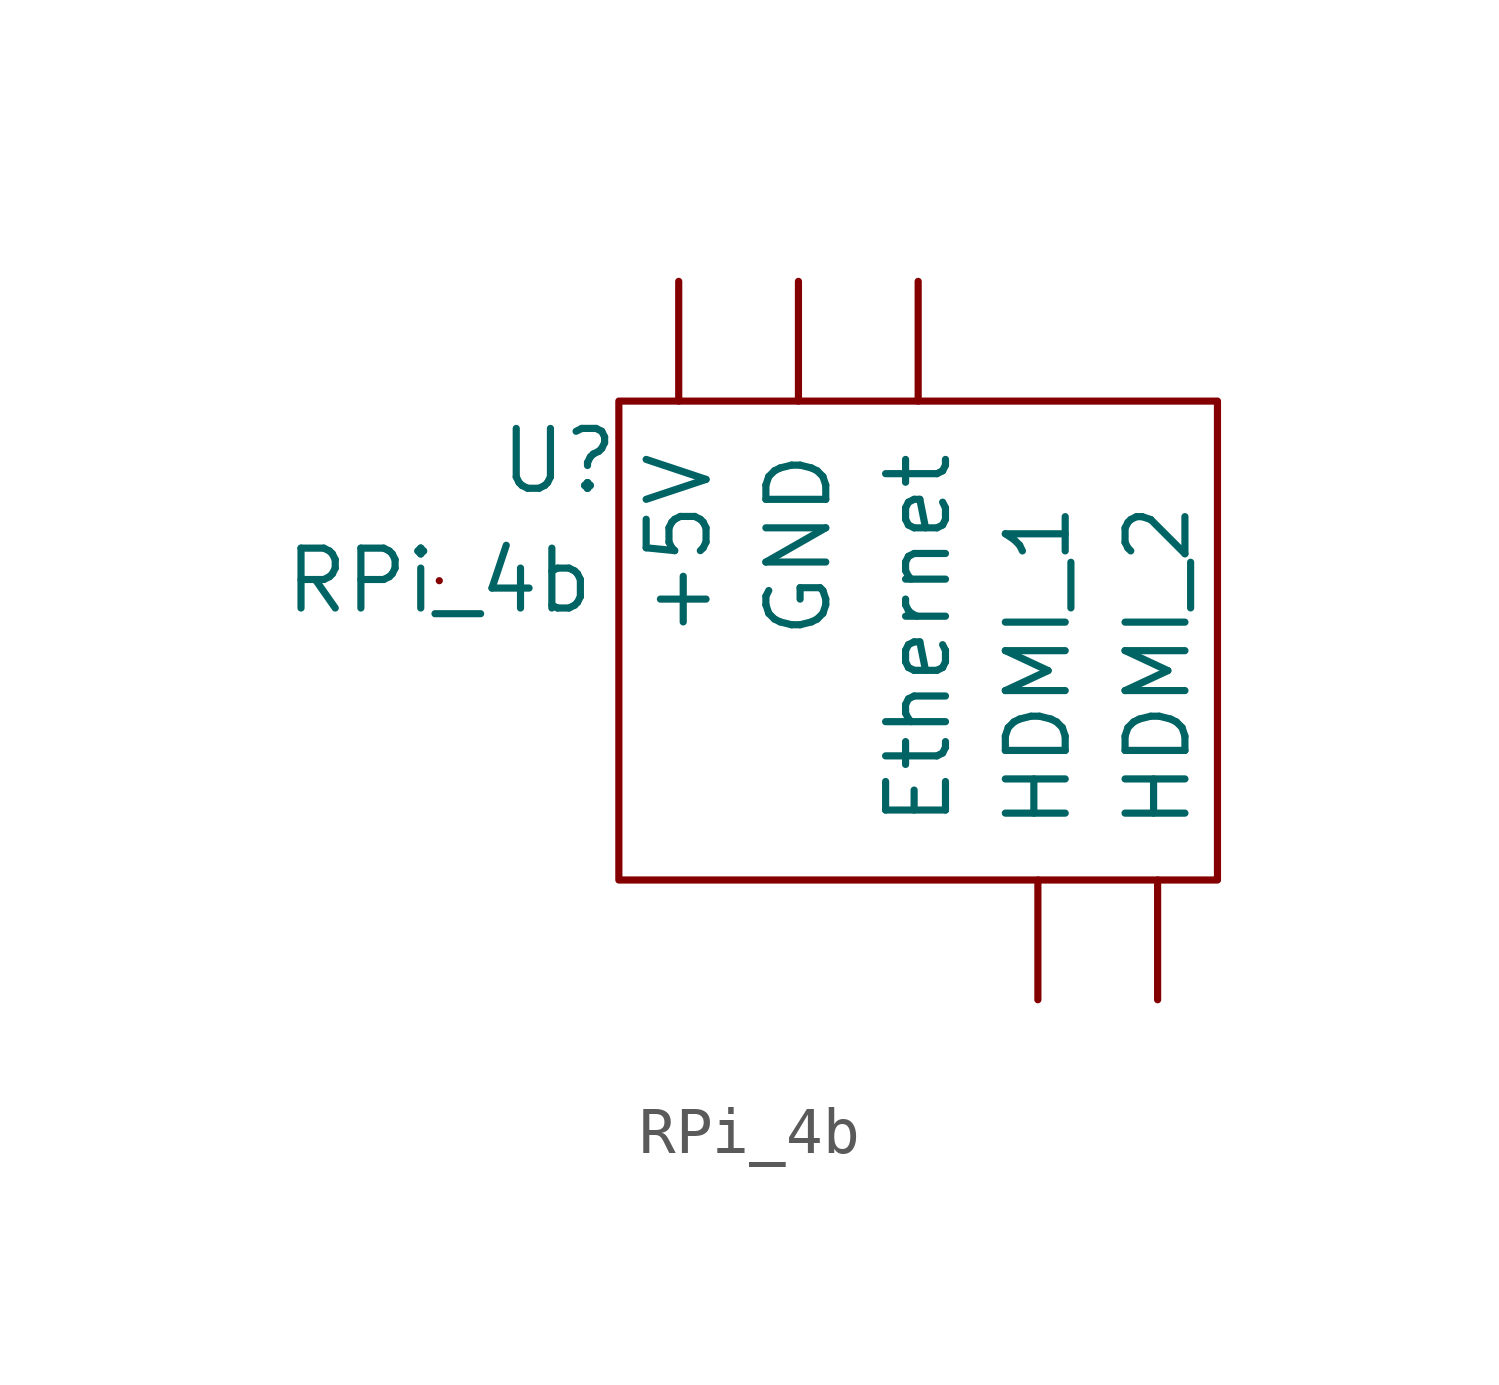
<source format=kicad_sym>
(kicad_symbol_lib
  (version 20231120)
  (generator "kicad_symbol_editor")
  (generator_version "8.0")
  (symbol "RPi_4b"
    (pin_names
      (offset 1.016))
    (property "Reference" "U"
      (at -7.62 3.81 0)
      (effects (font (size 1.27 1.27))))
    (property "Value" "RPi_4b"
      (at -10.16 1.27 0)
      (effects (font (size 1.27 1.27))))
    (symbol "RPi_4b_0_0"
      (pin power_in line (at -5.08 7.62 270) (length 2.54) (name "+5V" (effects (font (size 1.27 1.27)))) (number "~" (effects (font (size 1.27 1.27)))))
      (pin bidirectional line (at 0 7.62 270) (length 2.54) (name "Ethernet" (effects (font (size 1.27 1.27)))) (number "~" (effects (font (size 1.27 1.27)))))
      (pin power_out line (at -2.54 7.62 270) (length 2.54) (name "GND" (effects (font (size 1.27 1.27)))) (number "~" (effects (font (size 1.27 1.27)))))
      (pin bidirectional line (at 2.54 -7.62 90) (length 2.54) (name "HDMI_1" (effects (font (size 1.27 1.27)))) (number "~" (effects (font (size 1.27 1.27)))))
      (pin bidirectional line (at 5.08 -7.62 90) (length 2.54) (name "HDMI_2" (effects (font (size 1.27 1.27)))) (number "~" (effects (font (size 1.27 1.27))))))
    (symbol "RPi_4b_0_1"
      (rectangle (start -10.16 1.27) (end -10.16 1.27) (stroke (width 0) (type default)) (fill (type none)))
      (rectangle (start -6.35 5.08) (end 6.35 -5.08) (stroke (width 0) (type default)) (fill (type none))))))
</source>
